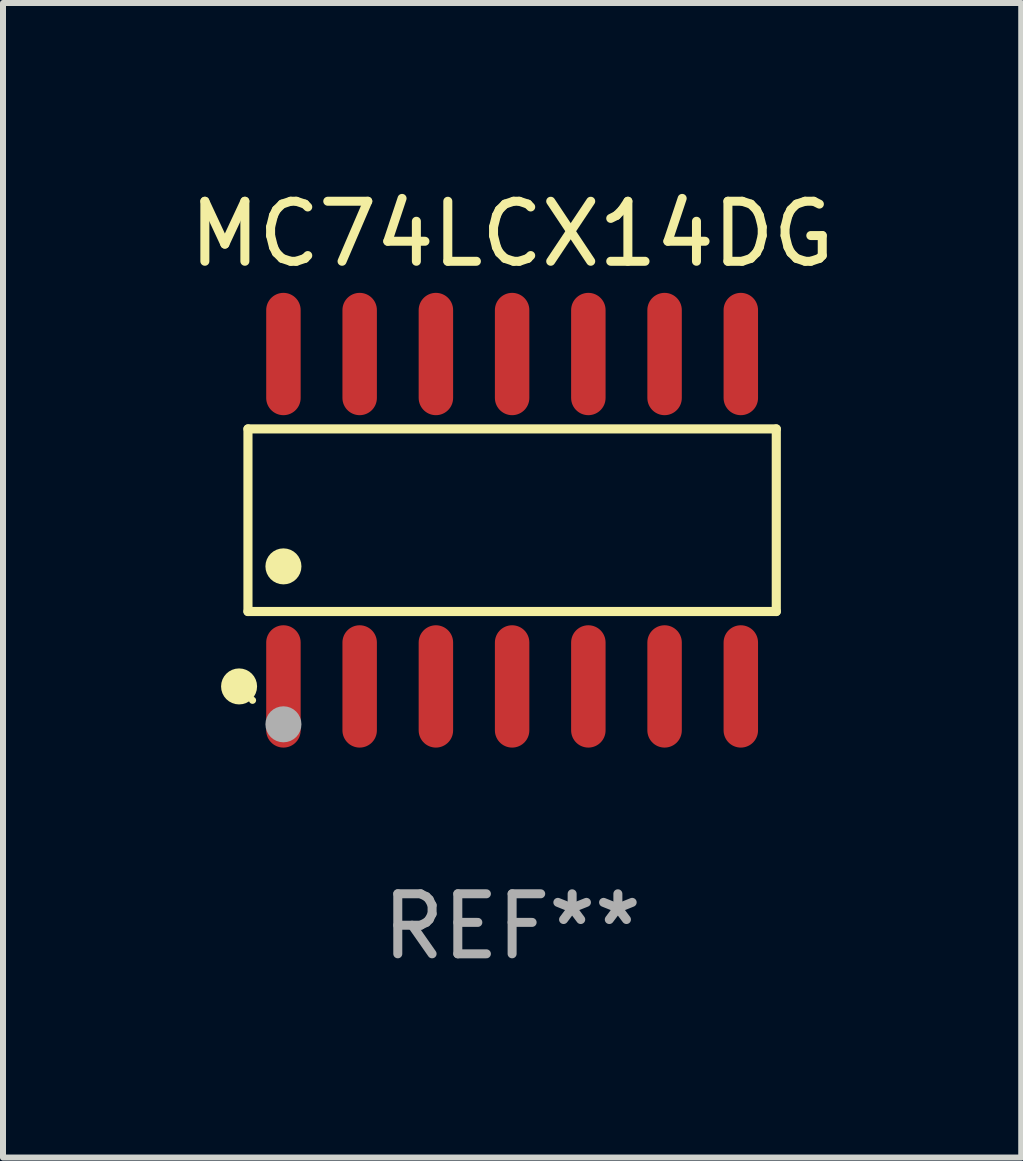
<source format=kicad_pcb>
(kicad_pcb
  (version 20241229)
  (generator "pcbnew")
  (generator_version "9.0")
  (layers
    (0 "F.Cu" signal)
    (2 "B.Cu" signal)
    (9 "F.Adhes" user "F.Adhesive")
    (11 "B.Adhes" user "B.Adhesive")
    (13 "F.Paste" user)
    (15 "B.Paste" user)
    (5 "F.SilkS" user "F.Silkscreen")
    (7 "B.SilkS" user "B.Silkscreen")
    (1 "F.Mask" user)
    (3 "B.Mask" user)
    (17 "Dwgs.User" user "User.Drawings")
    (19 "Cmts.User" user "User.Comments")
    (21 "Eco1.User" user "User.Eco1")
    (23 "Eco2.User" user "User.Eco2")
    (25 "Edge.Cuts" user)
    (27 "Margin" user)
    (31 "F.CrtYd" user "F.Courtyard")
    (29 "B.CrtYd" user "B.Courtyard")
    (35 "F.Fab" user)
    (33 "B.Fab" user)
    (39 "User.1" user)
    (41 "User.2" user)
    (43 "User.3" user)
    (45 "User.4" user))
  (footprint "MC74LCX14DG"
    (layer "F.Cu")
    (at 5.482 5.617)
    (property "Reference" "MC74LCX14DG" (at 0 -4.769 0) (layer "F.SilkS") (effects (font (size 1 1) (thickness 0.15))))
    (attr through_hole)
    (fp_line (start -4.401 -1.521) (end 4.401 -1.521) (stroke (width 0.152) (type solid)) (layer "F.SilkS"))
    (fp_line (start -4.401 1.521) (end -4.401 -1.521) (stroke (width 0.152) (type solid)) (layer "F.SilkS"))
    (fp_line (start 4.401 -1.521) (end 4.401 1.521) (stroke (width 0.152) (type solid)) (layer "F.SilkS"))
    (fp_line (start 4.401 1.521) (end -4.401 1.521) (stroke (width 0.152) (type solid)) (layer "F.SilkS"))
    (fp_circle (center -4.549 2.769) (end -4.399 2.769) (stroke (width 0.3) (type solid)) (fill no) (layer "F.SilkS"))
    (fp_circle (center -4.325 3) (end -4.295 3) (stroke (width 0.06) (type solid)) (fill no) (layer "F.SilkS"))
    (fp_circle (center -3.81 0.769) (end -3.66 0.769) (stroke (width 0.3) (type solid)) (fill no) (layer "F.SilkS"))
    (fp_circle (center -3.81 3.4) (end -3.66 3.4) (stroke (width 0.3) (type solid)) (fill no) (layer "F.Fab"))
    (fp_text user "REF**" (at 0 6.769 0) (layer "F.Fab") (effects (font (size 1 1) (thickness 0.15))))
    (pad "1" smd oval (at -3.81 2.769) (size 0.574 2.038) (layers "F.Cu" "F.Mask" "F.Paste"))
    (pad "2" smd oval (at -2.54 2.769) (size 0.574 2.038) (layers "F.Cu" "F.Mask" "F.Paste"))
    (pad "3" smd oval (at -1.27 2.769) (size 0.574 2.038) (layers "F.Cu" "F.Mask" "F.Paste"))
    (pad "4" smd oval (at 0 2.769) (size 0.574 2.038) (layers "F.Cu" "F.Mask" "F.Paste"))
    (pad "5" smd oval (at 1.27 2.769) (size 0.574 2.038) (layers "F.Cu" "F.Mask" "F.Paste"))
    (pad "6" smd oval (at 2.54 2.769) (size 0.574 2.038) (layers "F.Cu" "F.Mask" "F.Paste"))
    (pad "7" smd oval (at 3.81 2.769) (size 0.574 2.038) (layers "F.Cu" "F.Mask" "F.Paste"))
    (pad "8" smd oval (at 3.81 -2.769) (size 0.574 2.038) (layers "F.Cu" "F.Mask" "F.Paste"))
    (pad "9" smd oval (at 2.54 -2.769) (size 0.574 2.038) (layers "F.Cu" "F.Mask" "F.Paste"))
    (pad "10" smd oval (at 1.27 -2.769) (size 0.574 2.038) (layers "F.Cu" "F.Mask" "F.Paste"))
    (pad "11" smd oval (at 0 -2.769) (size 0.574 2.038) (layers "F.Cu" "F.Mask" "F.Paste"))
    (pad "12" smd oval (at -1.27 -2.769) (size 0.574 2.038) (layers "F.Cu" "F.Mask" "F.Paste"))
    (pad "13" smd oval (at -2.54 -2.769) (size 0.574 2.038) (layers "F.Cu" "F.Mask" "F.Paste"))
    (pad "14" smd oval (at -3.81 -2.769) (size 0.574 2.038) (layers "F.Cu" "F.Mask" "F.Paste")))
  (gr_rect
    (start -3 -3)
    (end 13.964 16.235)
    (stroke (width 0.1) (type default))
    (fill no)
    (layer "Edge.Cuts")))
</source>
